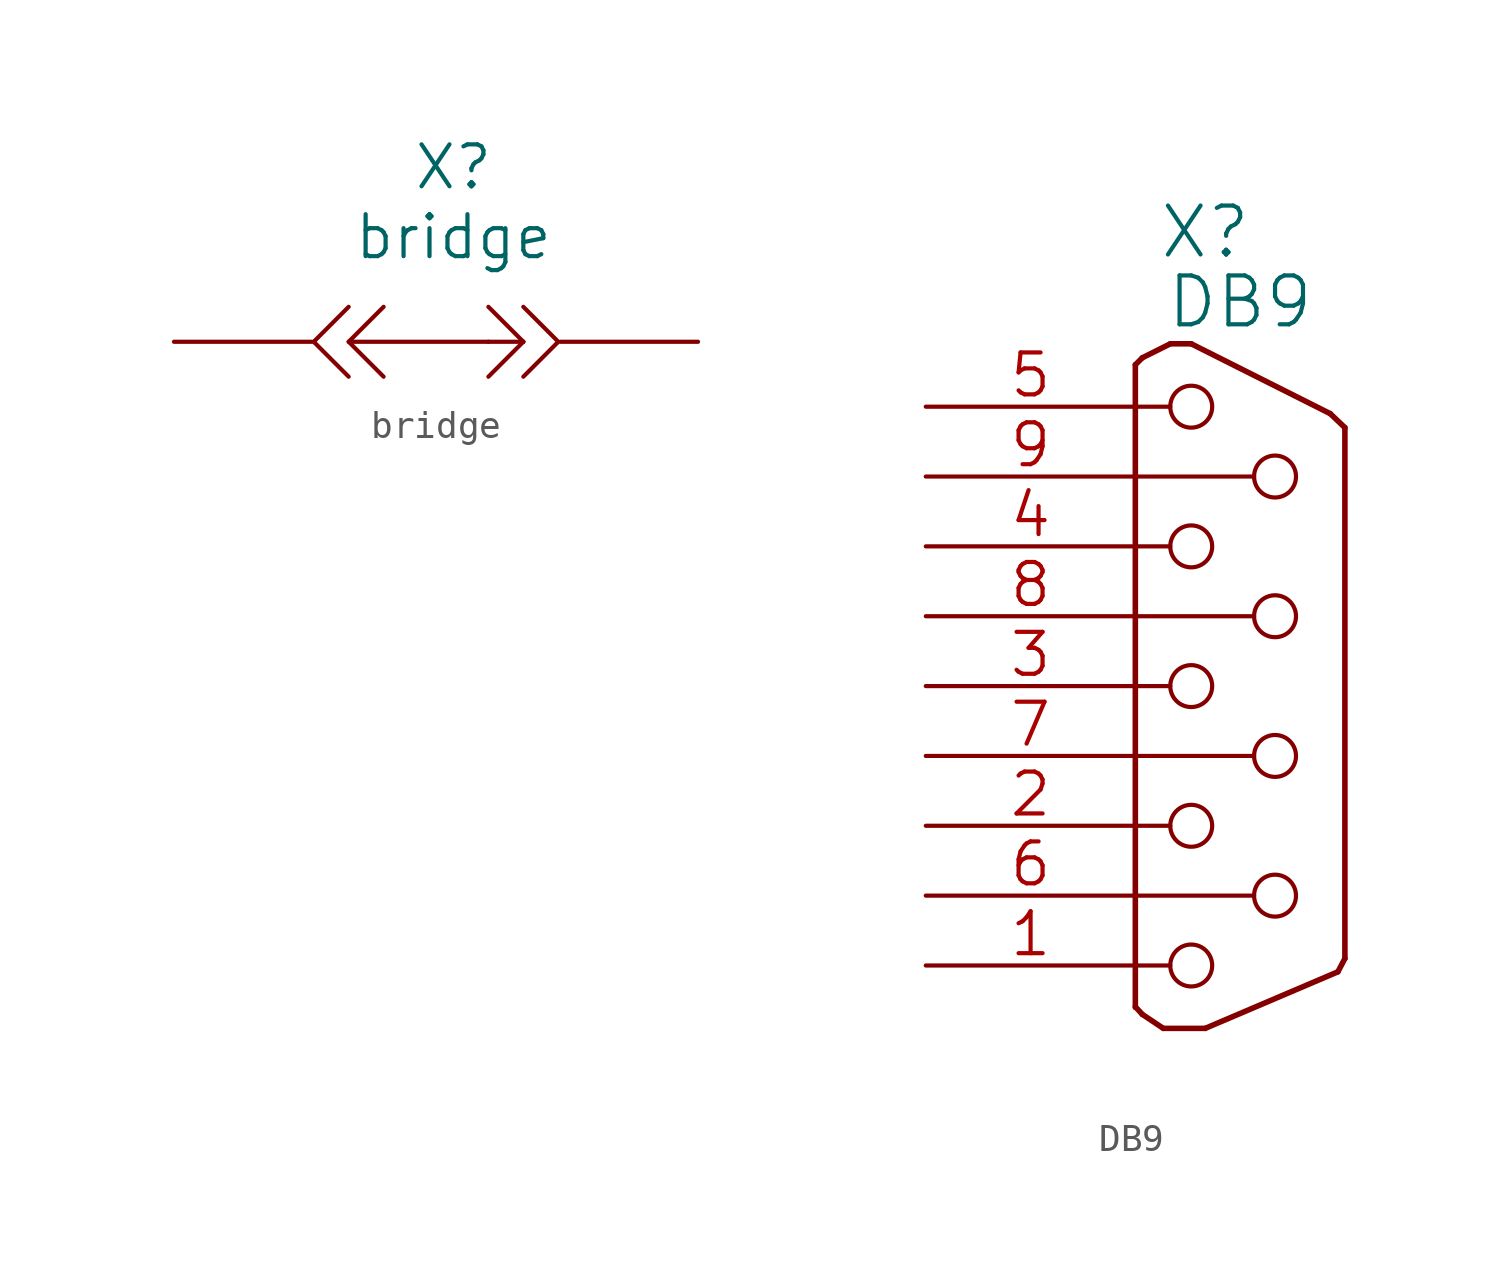
<source format=kicad_sym>
(kicad_symbol_lib
  (version 20211014)
  (generator kicad_symbol_editor)
  (symbol "bridge"
    (pin_numbers hide)
    (pin_names
      (offset 1.016))
    (property "Reference" "X"
      (at 10.16 6.35 0)
      (effects (font (size 1.524 1.524))))
    (property "Value" "bridge"
      (at 10.16 3.81 0)
      (effects (font (size 1.524 1.524))))
    (property "Footprint" ""
      (at 0 0 0)
      (effects (font (size 1.524 1.524))))
    (property "Datasheet" ""
      (at 0 0 0)
      (effects (font (size 1.524 1.524))))
    (symbol "bridge_0_1"
      (polyline (pts (xy 5.08 0) (xy 6.35 -1.27)) (stroke (width 0) (type default) (color 0 0 0 0)) (fill (type none)))
      (polyline (pts (xy 11.43 0) (xy 12.7 0)) (stroke (width 0) (type default) (color 0 0 0 0)) (fill (type none)))
      (polyline (pts (xy 12.7 0) (xy 11.43 -1.27)) (stroke (width 0) (type default) (color 0 0 0 0)) (fill (type none)))
      (polyline (pts (xy 12.7 0) (xy 11.43 1.27)) (stroke (width 0) (type default) (color 0 0 0 0)) (fill (type none)))
      (polyline (pts (xy 5.08 0) (xy 6.35 1.27) (xy 6.35 1.27)) (stroke (width 0) (type default) (color 0 0 0 0)) (fill (type none)))
      (polyline (pts (xy 7.62 1.27) (xy 6.35 0) (xy 7.62 -1.27)) (stroke (width 0) (type default) (color 0 0 0 0)) (fill (type none)))
      (polyline (pts (xy 12.7 1.27) (xy 13.97 0) (xy 12.7 -1.27)) (stroke (width 0) (type default) (color 0 0 0 0)) (fill (type none)))
      (polyline (pts (xy 6.35 0) (xy 7.62 0) (xy 8.89 0) (xy 10.16 0) (xy 11.43 0) (xy 11.43 0)) (stroke (width 0) (type default) (color 0 0 0 0)) (fill (type none))))
    (symbol "bridge_1_1"
      (pin passive line (at 0 0 0) (length 5.004) (name "~" (effects (font (size 1.27 1.27)))) (number "1" (effects (font (size 1.27 1.27)))))
      (pin passive line (at 19.05 0 180) (length 5.004) (name "~" (effects (font (size 1.27 1.27)))) (number "2" (effects (font (size 1.27 1.27)))))))
  (symbol "DB9"
    (pin_names
      (offset 1.016) hide)
    (property "Reference" "X"
      (at -1.27 16.51 0)
      (effects (font (size 1.778 1.778))))
    (property "Value" "DB9"
      (at 0 13.97 0)
      (effects (font (size 1.778 1.778))))
    (property "Footprint" ""
      (at 0 0 0)
      (effects (font (size 1.524 1.524))))
    (property "Datasheet" ""
      (at 0 0 0)
      (effects (font (size 1.524 1.524))))
    (symbol "DB9_0_1"
      (circle (center -1.778 -10.16) (radius 0.762) (stroke (width 0) (type default) (color 0 0 0 0)) (fill (type none)))
      (circle (center -1.778 -5.08) (radius 0.762) (stroke (width 0) (type default) (color 0 0 0 0)) (fill (type none)))
      (circle (center -1.778 0) (radius 0.762) (stroke (width 0) (type default) (color 0 0 0 0)) (fill (type none)))
      (circle (center -1.778 5.08) (radius 0.762) (stroke (width 0) (type default) (color 0 0 0 0)) (fill (type none)))
      (circle (center -1.778 10.16) (radius 0.762) (stroke (width 0) (type default) (color 0 0 0 0)) (fill (type none)))
      (polyline (pts (xy -3.81 -11.684) (xy -3.81 11.684)) (stroke (width 0.203) (type default) (color 0 0 0 0)) (fill (type none)))
      (polyline (pts (xy -3.81 -11.659) (xy -3.556 -11.938)) (stroke (width 0.203) (type default) (color 0 0 0 0)) (fill (type none)))
      (polyline (pts (xy -3.81 -10.16) (xy -2.54 -10.16)) (stroke (width 0) (type default) (color 0 0 0 0)) (fill (type none)))
      (polyline (pts (xy -3.81 -7.62) (xy 0.508 -7.62)) (stroke (width 0) (type default) (color 0 0 0 0)) (fill (type none)))
      (polyline (pts (xy -3.81 -5.08) (xy -2.54 -5.08)) (stroke (width 0) (type default) (color 0 0 0 0)) (fill (type none)))
      (polyline (pts (xy -3.81 -2.54) (xy 0.508 -2.54)) (stroke (width 0) (type default) (color 0 0 0 0)) (fill (type none)))
      (polyline (pts (xy -3.81 0) (xy -2.54 0)) (stroke (width 0) (type default) (color 0 0 0 0)) (fill (type none)))
      (polyline (pts (xy -3.81 2.54) (xy 0.508 2.54)) (stroke (width 0) (type default) (color 0 0 0 0)) (fill (type none)))
      (polyline (pts (xy -3.81 5.08) (xy -2.54 5.08)) (stroke (width 0) (type default) (color 0 0 0 0)) (fill (type none)))
      (polyline (pts (xy -3.81 7.62) (xy 0.508 7.62)) (stroke (width 0) (type default) (color 0 0 0 0)) (fill (type none)))
      (polyline (pts (xy -3.81 10.16) (xy -2.54 10.16)) (stroke (width 0) (type default) (color 0 0 0 0)) (fill (type none)))
      (polyline (pts (xy -3.556 -11.938) (xy -2.794 -12.446)) (stroke (width 0.203) (type default) (color 0 0 0 0)) (fill (type none)))
      (polyline (pts (xy -3.556 11.938) (xy -3.81 11.684)) (stroke (width 0.203) (type default) (color 0 0 0 0)) (fill (type none)))
      (polyline (pts (xy -3.556 11.938) (xy -2.54 12.446)) (stroke (width 0.203) (type default) (color 0 0 0 0)) (fill (type none)))
      (polyline (pts (xy -2.794 -12.446) (xy -1.27 -12.446)) (stroke (width 0.203) (type default) (color 0 0 0 0)) (fill (type none)))
      (polyline (pts (xy -2.54 12.446) (xy -1.778 12.446)) (stroke (width 0.203) (type default) (color 0 0 0 0)) (fill (type none)))
      (polyline (pts (xy 3.277 9.906) (xy -1.778 12.446)) (stroke (width 0.203) (type default) (color 0 0 0 0)) (fill (type none)))
      (polyline (pts (xy 3.277 9.906) (xy 3.81 9.398)) (stroke (width 0.203) (type default) (color 0 0 0 0)) (fill (type none)))
      (polyline (pts (xy 3.556 -10.389) (xy -1.27 -12.446)) (stroke (width 0.203) (type default) (color 0 0 0 0)) (fill (type none)))
      (polyline (pts (xy 3.81 -9.906) (xy 3.556 -10.389)) (stroke (width 0.203) (type default) (color 0 0 0 0)) (fill (type none)))
      (polyline (pts (xy 3.81 9.398) (xy 3.81 -9.906)) (stroke (width 0.203) (type default) (color 0 0 0 0)) (fill (type none)))
      (circle (center 1.27 -7.62) (radius 0.762) (stroke (width 0) (type default) (color 0 0 0 0)) (fill (type none)))
      (circle (center 1.27 -2.54) (radius 0.762) (stroke (width 0) (type default) (color 0 0 0 0)) (fill (type none)))
      (circle (center 1.27 2.54) (radius 0.762) (stroke (width 0) (type default) (color 0 0 0 0)) (fill (type none)))
      (circle (center 1.27 7.62) (radius 0.762) (stroke (width 0) (type default) (color 0 0 0 0)) (fill (type none))))
    (symbol "DB9_1_1"
      (pin passive line (at -11.43 -10.16 0) (length 7.62) (name "1" (effects (font (size 1.524 1.524)))) (number "1" (effects (font (size 1.524 1.524)))))
      (pin passive line (at -11.43 -5.08 0) (length 7.62) (name "2" (effects (font (size 1.524 1.524)))) (number "2" (effects (font (size 1.524 1.524)))))
      (pin passive line (at -11.43 0 0) (length 7.62) (name "3" (effects (font (size 1.524 1.524)))) (number "3" (effects (font (size 1.524 1.524)))))
      (pin passive line (at -11.43 5.08 0) (length 7.62) (name "4" (effects (font (size 1.524 1.524)))) (number "4" (effects (font (size 1.524 1.524)))))
      (pin passive line (at -11.43 10.16 0) (length 7.62) (name "5" (effects (font (size 1.524 1.524)))) (number "5" (effects (font (size 1.524 1.524)))))
      (pin passive line (at -11.43 -7.62 0) (length 7.62) (name "P6" (effects (font (size 1.524 1.524)))) (number "6" (effects (font (size 1.524 1.524)))))
      (pin passive line (at -11.43 -2.54 0) (length 7.62) (name "P7" (effects (font (size 1.524 1.524)))) (number "7" (effects (font (size 1.524 1.524)))))
      (pin passive line (at -11.43 2.54 0) (length 7.62) (name "P8" (effects (font (size 1.524 1.524)))) (number "8" (effects (font (size 1.524 1.524)))))
      (pin passive line (at -11.43 7.62 0) (length 7.62) (name "P9" (effects (font (size 1.524 1.524)))) (number "9" (effects (font (size 1.524 1.524))))))))
</source>
